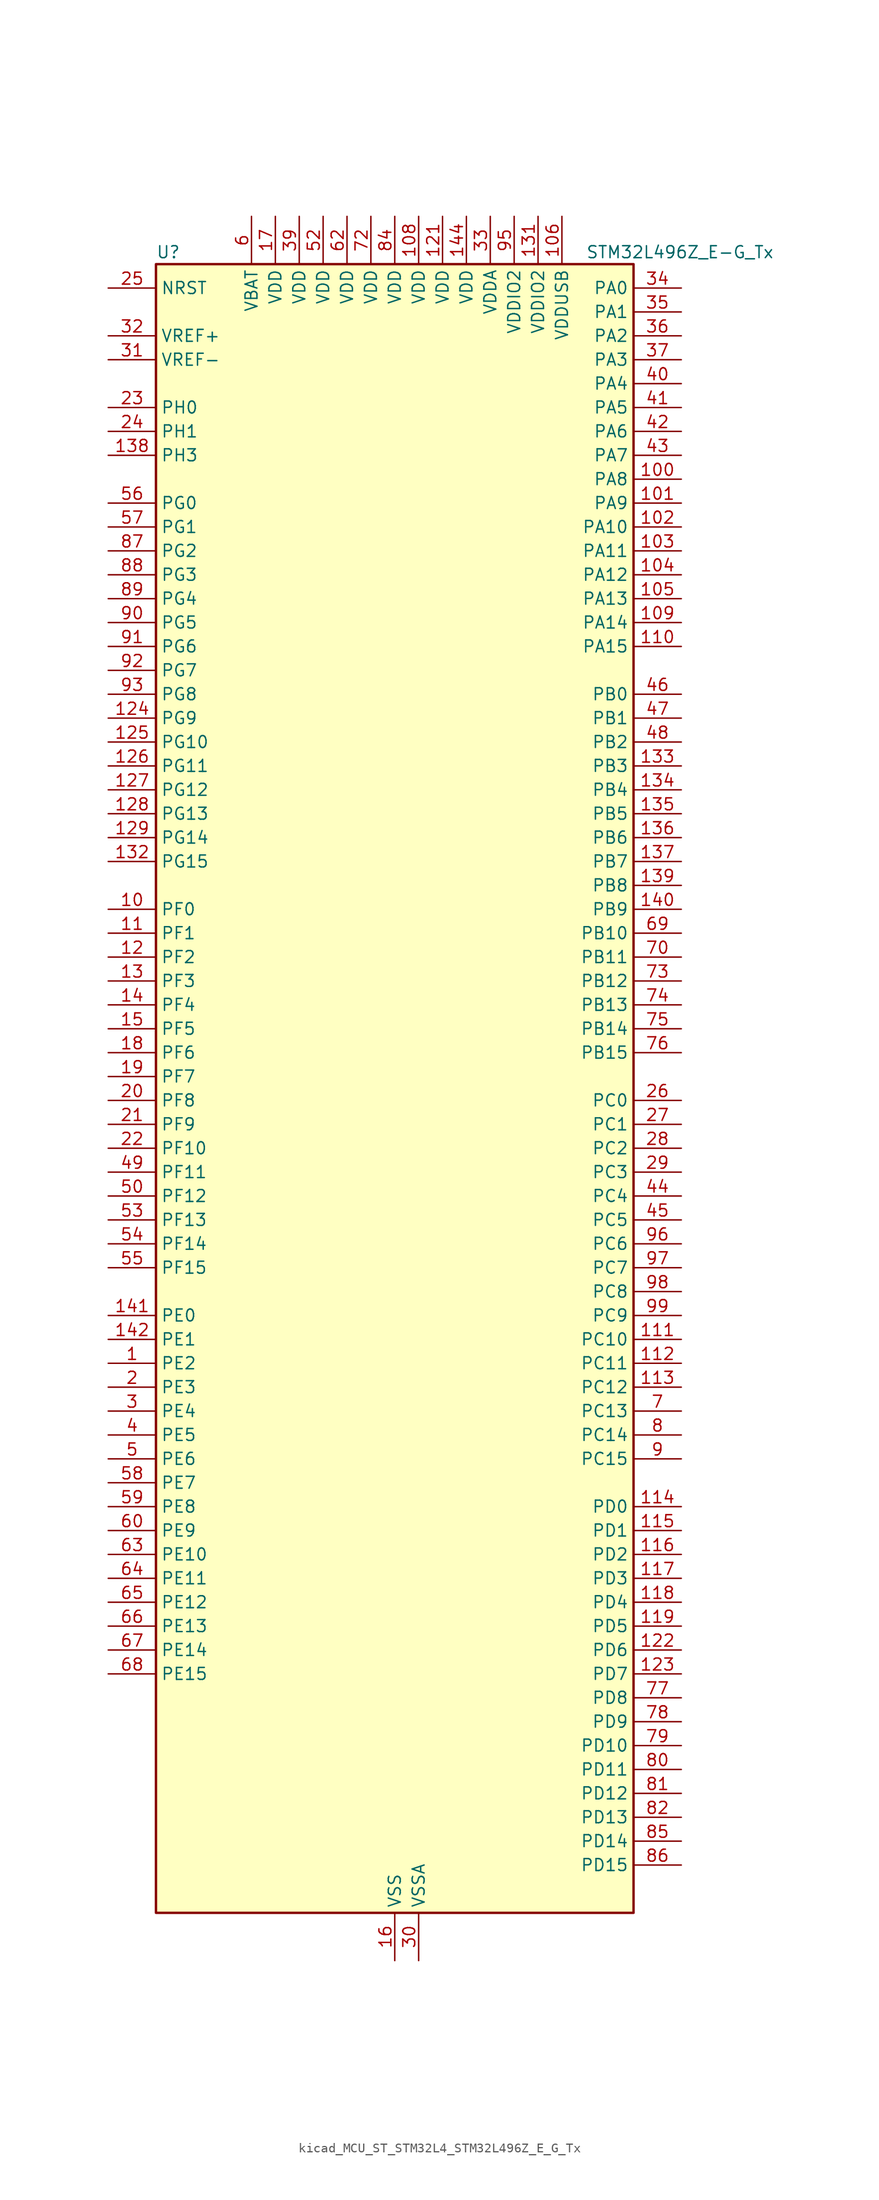
<source format=kicad_sym>
(kicad_symbol_lib
  (version 20220914)
  (generator kicad_symbol_editor)
  (symbol "kicad_MCU_ST_STM32L4_STM32L496Z_E_G_Tx"
    (property "Reference" "U"
      (at -25.4 90.17 0)
      (effects (font (size 1.27 1.27)) (justify left)))
    (property "Value" "STM32L496Z_E-G_Tx"
      (at 20.32 90.17 0)
      (effects (font (size 1.27 1.27)) (justify left)))
    (property "ki_locked" ""
      (at 0 0 0)
      (effects (font (size 1.27 1.27))))
    (symbol "kicad_MCU_ST_STM32L4_STM32L496Z_E_G_Tx_0_1"
      (rectangle (start -25.4 -86.36) (end 25.4 88.9) (stroke (width 0.254) (type default)) (fill (type background))))
    (symbol "kicad_MCU_ST_STM32L4_STM32L496Z_E_G_Tx_1_1"
      (pin bidirectional line (at -30.48 -27.94 0) (length 5.08) (name "PE2" (effects (font (size 1.27 1.27)))) (number "1" (effects (font (size 1.27 1.27)))) (alternate "FMC_A23" bidirectional line) (alternate "LCD_SEG38" bidirectional line) (alternate "SAI1_MCLK_A" bidirectional line) (alternate "SYS_TRACECLK" bidirectional line) (alternate "TIM3_ETR" bidirectional line) (alternate "TSC_G7_IO1" bidirectional line))
      (pin bidirectional line (at -30.48 20.32 0) (length 5.08) (name "PF0" (effects (font (size 1.27 1.27)))) (number "10" (effects (font (size 1.27 1.27)))) (alternate "FMC_A0" bidirectional line) (alternate "I2C2_SDA" bidirectional line))
      (pin bidirectional line (at 30.48 66.04 180) (length 5.08) (name "PA8" (effects (font (size 1.27 1.27)))) (number "100" (effects (font (size 1.27 1.27)))) (alternate "LCD_COM0" bidirectional line) (alternate "LPTIM2_OUT" bidirectional line) (alternate "RCC_MCO" bidirectional line) (alternate "SAI1_SCK_A" bidirectional line) (alternate "SWPMI1_IO" bidirectional line) (alternate "TIM1_CH1" bidirectional line) (alternate "USART1_CK" bidirectional line) (alternate "USB_OTG_FS_SOF" bidirectional line))
      (pin bidirectional line (at 30.48 63.5 180) (length 5.08) (name "PA9" (effects (font (size 1.27 1.27)))) (number "101" (effects (font (size 1.27 1.27)))) (alternate "DAC1_EXTI9" bidirectional line) (alternate "DCMI_D0" bidirectional line) (alternate "LCD_COM1" bidirectional line) (alternate "SAI1_FS_A" bidirectional line) (alternate "SPI2_SCK" bidirectional line) (alternate "TIM15_BKIN" bidirectional line) (alternate "TIM1_CH2" bidirectional line) (alternate "USART1_TX" bidirectional line) (alternate "USB_OTG_FS_VBUS" bidirectional line))
      (pin bidirectional line (at 30.48 60.96 180) (length 5.08) (name "PA10" (effects (font (size 1.27 1.27)))) (number "102" (effects (font (size 1.27 1.27)))) (alternate "DCMI_D1" bidirectional line) (alternate "LCD_COM2" bidirectional line) (alternate "SAI1_SD_A" bidirectional line) (alternate "TIM17_BKIN" bidirectional line) (alternate "TIM1_CH3" bidirectional line) (alternate "USART1_RX" bidirectional line) (alternate "USB_OTG_FS_ID" bidirectional line))
      (pin bidirectional line (at 30.48 58.42 180) (length 5.08) (name "PA11" (effects (font (size 1.27 1.27)))) (number "103" (effects (font (size 1.27 1.27)))) (alternate "ADC1_EXTI11" bidirectional line) (alternate "ADC2_EXTI11" bidirectional line) (alternate "ADC3_EXTI11" bidirectional line) (alternate "CAN1_RX" bidirectional line) (alternate "SPI1_MISO" bidirectional line) (alternate "TIM1_BKIN2" bidirectional line) (alternate "TIM1_BKIN2_COMP1" bidirectional line) (alternate "TIM1_CH4" bidirectional line) (alternate "USART1_CTS" bidirectional line) (alternate "USB_OTG_FS_DM" bidirectional line))
      (pin bidirectional line (at 30.48 55.88 180) (length 5.08) (name "PA12" (effects (font (size 1.27 1.27)))) (number "104" (effects (font (size 1.27 1.27)))) (alternate "CAN1_TX" bidirectional line) (alternate "SPI1_MOSI" bidirectional line) (alternate "TIM1_ETR" bidirectional line) (alternate "USART1_DE" bidirectional line) (alternate "USART1_RTS" bidirectional line) (alternate "USB_OTG_FS_DP" bidirectional line))
      (pin bidirectional line (at 30.48 53.34 180) (length 5.08) (name "PA13" (effects (font (size 1.27 1.27)))) (number "105" (effects (font (size 1.27 1.27)))) (alternate "IR_OUT" bidirectional line) (alternate "SAI1_SD_B" bidirectional line) (alternate "SWPMI1_TX" bidirectional line) (alternate "SYS_JTMS-SWDIO" bidirectional line) (alternate "USB_OTG_FS_NOE" bidirectional line))
      (pin power_in line (at 17.78 93.98 270) (length 5.08) (name "VDDUSB" (effects (font (size 1.27 1.27)))) (number "106" (effects (font (size 1.27 1.27)))))
      (pin passive line (at 0 -91.44 90) (length 5.08) hide (name "VSS" (effects (font (size 1.27 1.27)))) (number "107" (effects (font (size 1.27 1.27)))))
      (pin power_in line (at 2.54 93.98 270) (length 5.08) (name "VDD" (effects (font (size 1.27 1.27)))) (number "108" (effects (font (size 1.27 1.27)))))
      (pin bidirectional line (at 30.48 50.8 180) (length 5.08) (name "PA14" (effects (font (size 1.27 1.27)))) (number "109" (effects (font (size 1.27 1.27)))) (alternate "I2C1_SMBA" bidirectional line) (alternate "I2C4_SMBA" bidirectional line) (alternate "LPTIM1_OUT" bidirectional line) (alternate "SAI1_FS_B" bidirectional line) (alternate "SWPMI1_RX" bidirectional line) (alternate "SYS_JTCK-SWCLK" bidirectional line) (alternate "USB_OTG_FS_SOF" bidirectional line))
      (pin bidirectional line (at -30.48 17.78 0) (length 5.08) (name "PF1" (effects (font (size 1.27 1.27)))) (number "11" (effects (font (size 1.27 1.27)))) (alternate "FMC_A1" bidirectional line) (alternate "I2C2_SCL" bidirectional line))
      (pin bidirectional line (at 30.48 48.26 180) (length 5.08) (name "PA15" (effects (font (size 1.27 1.27)))) (number "110" (effects (font (size 1.27 1.27)))) (alternate "ADC1_EXTI15" bidirectional line) (alternate "ADC2_EXTI15" bidirectional line) (alternate "ADC3_EXTI15" bidirectional line) (alternate "LCD_SEG17" bidirectional line) (alternate "SAI2_FS_B" bidirectional line) (alternate "SPI1_NSS" bidirectional line) (alternate "SPI3_NSS" bidirectional line) (alternate "SWPMI1_SUSPEND" bidirectional line) (alternate "SYS_JTDI" bidirectional line) (alternate "TIM2_CH1" bidirectional line) (alternate "TIM2_ETR" bidirectional line) (alternate "TSC_G3_IO1" bidirectional line) (alternate "UART4_DE" bidirectional line) (alternate "UART4_RTS" bidirectional line) (alternate "USART2_RX" bidirectional line) (alternate "USART3_DE" bidirectional line) (alternate "USART3_RTS" bidirectional line))
      (pin bidirectional line (at 30.48 -25.4 180) (length 5.08) (name "PC10" (effects (font (size 1.27 1.27)))) (number "111" (effects (font (size 1.27 1.27)))) (alternate "DCMI_D8" bidirectional line) (alternate "LCD_COM4" bidirectional line) (alternate "LCD_SEG28" bidirectional line) (alternate "LCD_SEG40" bidirectional line) (alternate "SAI2_SCK_B" bidirectional line) (alternate "SDMMC1_D2" bidirectional line) (alternate "SPI3_SCK" bidirectional line) (alternate "SYS_TRACED1" bidirectional line) (alternate "TSC_G3_IO2" bidirectional line) (alternate "UART4_TX" bidirectional line) (alternate "USART3_TX" bidirectional line))
      (pin bidirectional line (at 30.48 -27.94 180) (length 5.08) (name "PC11" (effects (font (size 1.27 1.27)))) (number "112" (effects (font (size 1.27 1.27)))) (alternate "ADC1_EXTI11" bidirectional line) (alternate "ADC2_EXTI11" bidirectional line) (alternate "ADC3_EXTI11" bidirectional line) (alternate "DCMI_D4" bidirectional line) (alternate "LCD_COM5" bidirectional line) (alternate "LCD_SEG29" bidirectional line) (alternate "LCD_SEG41" bidirectional line) (alternate "QUADSPI_BK2_NCS" bidirectional line) (alternate "SAI2_MCLK_B" bidirectional line) (alternate "SDMMC1_D3" bidirectional line) (alternate "SPI3_MISO" bidirectional line) (alternate "TSC_G3_IO3" bidirectional line) (alternate "UART4_RX" bidirectional line) (alternate "USART3_RX" bidirectional line))
      (pin bidirectional line (at 30.48 -30.48 180) (length 5.08) (name "PC12" (effects (font (size 1.27 1.27)))) (number "113" (effects (font (size 1.27 1.27)))) (alternate "DCMI_D9" bidirectional line) (alternate "LCD_COM6" bidirectional line) (alternate "LCD_SEG30" bidirectional line) (alternate "LCD_SEG42" bidirectional line) (alternate "SAI2_SD_B" bidirectional line) (alternate "SDMMC1_CK" bidirectional line) (alternate "SPI3_MOSI" bidirectional line) (alternate "SYS_TRACED3" bidirectional line) (alternate "TSC_G3_IO4" bidirectional line) (alternate "UART5_TX" bidirectional line) (alternate "USART3_CK" bidirectional line))
      (pin bidirectional line (at 30.48 -43.18 180) (length 5.08) (name "PD0" (effects (font (size 1.27 1.27)))) (number "114" (effects (font (size 1.27 1.27)))) (alternate "CAN1_RX" bidirectional line) (alternate "DFSDM1_DATIN7" bidirectional line) (alternate "FMC_D2" bidirectional line) (alternate "FMC_DA2" bidirectional line) (alternate "SPI2_NSS" bidirectional line))
      (pin bidirectional line (at 30.48 -45.72 180) (length 5.08) (name "PD1" (effects (font (size 1.27 1.27)))) (number "115" (effects (font (size 1.27 1.27)))) (alternate "CAN1_TX" bidirectional line) (alternate "DFSDM1_CKIN7" bidirectional line) (alternate "FMC_D3" bidirectional line) (alternate "FMC_DA3" bidirectional line) (alternate "SPI2_SCK" bidirectional line))
      (pin bidirectional line (at 30.48 -48.26 180) (length 5.08) (name "PD2" (effects (font (size 1.27 1.27)))) (number "116" (effects (font (size 1.27 1.27)))) (alternate "DCMI_D11" bidirectional line) (alternate "LCD_COM7" bidirectional line) (alternate "LCD_SEG31" bidirectional line) (alternate "LCD_SEG43" bidirectional line) (alternate "SDMMC1_CMD" bidirectional line) (alternate "SYS_TRACED2" bidirectional line) (alternate "TIM3_ETR" bidirectional line) (alternate "TSC_SYNC" bidirectional line) (alternate "UART5_RX" bidirectional line) (alternate "USART3_DE" bidirectional line) (alternate "USART3_RTS" bidirectional line))
      (pin bidirectional line (at 30.48 -50.8 180) (length 5.08) (name "PD3" (effects (font (size 1.27 1.27)))) (number "117" (effects (font (size 1.27 1.27)))) (alternate "DCMI_D5" bidirectional line) (alternate "DFSDM1_DATIN0" bidirectional line) (alternate "FMC_CLK" bidirectional line) (alternate "QUADSPI_BK2_NCS" bidirectional line) (alternate "SPI2_MISO" bidirectional line) (alternate "SPI2_SCK" bidirectional line) (alternate "USART2_CTS" bidirectional line))
      (pin bidirectional line (at 30.48 -53.34 180) (length 5.08) (name "PD4" (effects (font (size 1.27 1.27)))) (number "118" (effects (font (size 1.27 1.27)))) (alternate "DFSDM1_CKIN0" bidirectional line) (alternate "FMC_NOE" bidirectional line) (alternate "QUADSPI_BK2_IO0" bidirectional line) (alternate "SPI2_MOSI" bidirectional line) (alternate "USART2_DE" bidirectional line) (alternate "USART2_RTS" bidirectional line))
      (pin bidirectional line (at 30.48 -55.88 180) (length 5.08) (name "PD5" (effects (font (size 1.27 1.27)))) (number "119" (effects (font (size 1.27 1.27)))) (alternate "FMC_NWE" bidirectional line) (alternate "QUADSPI_BK2_IO1" bidirectional line) (alternate "USART2_TX" bidirectional line))
      (pin bidirectional line (at -30.48 15.24 0) (length 5.08) (name "PF2" (effects (font (size 1.27 1.27)))) (number "12" (effects (font (size 1.27 1.27)))) (alternate "FMC_A2" bidirectional line) (alternate "I2C2_SMBA" bidirectional line))
      (pin passive line (at 0 -91.44 90) (length 5.08) hide (name "VSS" (effects (font (size 1.27 1.27)))) (number "120" (effects (font (size 1.27 1.27)))))
      (pin power_in line (at 5.08 93.98 270) (length 5.08) (name "VDD" (effects (font (size 1.27 1.27)))) (number "121" (effects (font (size 1.27 1.27)))))
      (pin bidirectional line (at 30.48 -58.42 180) (length 5.08) (name "PD6" (effects (font (size 1.27 1.27)))) (number "122" (effects (font (size 1.27 1.27)))) (alternate "DCMI_D10" bidirectional line) (alternate "DFSDM1_DATIN1" bidirectional line) (alternate "FMC_NWAIT" bidirectional line) (alternate "QUADSPI_BK2_IO1" bidirectional line) (alternate "QUADSPI_BK2_IO2" bidirectional line) (alternate "SAI1_SD_A" bidirectional line) (alternate "USART2_RX" bidirectional line))
      (pin bidirectional line (at 30.48 -60.96 180) (length 5.08) (name "PD7" (effects (font (size 1.27 1.27)))) (number "123" (effects (font (size 1.27 1.27)))) (alternate "DFSDM1_CKIN1" bidirectional line) (alternate "FMC_NE1" bidirectional line) (alternate "QUADSPI_BK2_IO3" bidirectional line) (alternate "USART2_CK" bidirectional line))
      (pin bidirectional line (at -30.48 40.64 0) (length 5.08) (name "PG9" (effects (font (size 1.27 1.27)))) (number "124" (effects (font (size 1.27 1.27)))) (alternate "DAC1_EXTI9" bidirectional line) (alternate "FMC_NCE" bidirectional line) (alternate "FMC_NE2" bidirectional line) (alternate "SAI2_SCK_A" bidirectional line) (alternate "SPI3_SCK" bidirectional line) (alternate "TIM15_CH1N" bidirectional line) (alternate "USART1_TX" bidirectional line))
      (pin bidirectional line (at -30.48 38.1 0) (length 5.08) (name "PG10" (effects (font (size 1.27 1.27)))) (number "125" (effects (font (size 1.27 1.27)))) (alternate "FMC_NE3" bidirectional line) (alternate "LPTIM1_IN1" bidirectional line) (alternate "SAI2_FS_A" bidirectional line) (alternate "SPI3_MISO" bidirectional line) (alternate "TIM15_CH1" bidirectional line) (alternate "USART1_RX" bidirectional line))
      (pin bidirectional line (at -30.48 35.56 0) (length 5.08) (name "PG11" (effects (font (size 1.27 1.27)))) (number "126" (effects (font (size 1.27 1.27)))) (alternate "ADC1_EXTI11" bidirectional line) (alternate "ADC2_EXTI11" bidirectional line) (alternate "ADC3_EXTI11" bidirectional line) (alternate "LPTIM1_IN2" bidirectional line) (alternate "SAI2_MCLK_A" bidirectional line) (alternate "SPI3_MOSI" bidirectional line) (alternate "TIM15_CH2" bidirectional line) (alternate "USART1_CTS" bidirectional line))
      (pin bidirectional line (at -30.48 33.02 0) (length 5.08) (name "PG12" (effects (font (size 1.27 1.27)))) (number "127" (effects (font (size 1.27 1.27)))) (alternate "FMC_NE4" bidirectional line) (alternate "LPTIM1_ETR" bidirectional line) (alternate "SAI2_SD_A" bidirectional line) (alternate "SPI3_NSS" bidirectional line) (alternate "USART1_DE" bidirectional line) (alternate "USART1_RTS" bidirectional line))
      (pin bidirectional line (at -30.48 30.48 0) (length 5.08) (name "PG13" (effects (font (size 1.27 1.27)))) (number "128" (effects (font (size 1.27 1.27)))) (alternate "FMC_A24" bidirectional line) (alternate "I2C1_SDA" bidirectional line) (alternate "USART1_CK" bidirectional line))
      (pin bidirectional line (at -30.48 27.94 0) (length 5.08) (name "PG14" (effects (font (size 1.27 1.27)))) (number "129" (effects (font (size 1.27 1.27)))) (alternate "FMC_A25" bidirectional line) (alternate "I2C1_SCL" bidirectional line))
      (pin bidirectional line (at -30.48 12.7 0) (length 5.08) (name "PF3" (effects (font (size 1.27 1.27)))) (number "13" (effects (font (size 1.27 1.27)))) (alternate "ADC3_IN6" bidirectional line) (alternate "FMC_A3" bidirectional line))
      (pin passive line (at 0 -91.44 90) (length 5.08) hide (name "VSS" (effects (font (size 1.27 1.27)))) (number "130" (effects (font (size 1.27 1.27)))))
      (pin power_in line (at 15.24 93.98 270) (length 5.08) (name "VDDIO2" (effects (font (size 1.27 1.27)))) (number "131" (effects (font (size 1.27 1.27)))))
      (pin bidirectional line (at -30.48 25.4 0) (length 5.08) (name "PG15" (effects (font (size 1.27 1.27)))) (number "132" (effects (font (size 1.27 1.27)))) (alternate "ADC1_EXTI15" bidirectional line) (alternate "ADC2_EXTI15" bidirectional line) (alternate "ADC3_EXTI15" bidirectional line) (alternate "DCMI_D13" bidirectional line) (alternate "I2C1_SMBA" bidirectional line) (alternate "LPTIM1_OUT" bidirectional line))
      (pin bidirectional line (at 30.48 35.56 180) (length 5.08) (name "PB3" (effects (font (size 1.27 1.27)))) (number "133" (effects (font (size 1.27 1.27)))) (alternate "COMP2_INM" bidirectional line) (alternate "CRS_SYNC" bidirectional line) (alternate "LCD_SEG7" bidirectional line) (alternate "SAI1_SCK_B" bidirectional line) (alternate "SPI1_SCK" bidirectional line) (alternate "SPI3_SCK" bidirectional line) (alternate "SYS_JTDO-SWO" bidirectional line) (alternate "TIM2_CH2" bidirectional line) (alternate "USART1_DE" bidirectional line) (alternate "USART1_RTS" bidirectional line))
      (pin bidirectional line (at 30.48 33.02 180) (length 5.08) (name "PB4" (effects (font (size 1.27 1.27)))) (number "134" (effects (font (size 1.27 1.27)))) (alternate "COMP2_INP" bidirectional line) (alternate "DCMI_D12" bidirectional line) (alternate "I2C3_SDA" bidirectional line) (alternate "LCD_SEG8" bidirectional line) (alternate "SAI1_MCLK_B" bidirectional line) (alternate "SPI1_MISO" bidirectional line) (alternate "SPI3_MISO" bidirectional line) (alternate "SYS_JTRST" bidirectional line) (alternate "TIM17_BKIN" bidirectional line) (alternate "TIM3_CH1" bidirectional line) (alternate "TSC_G2_IO1" bidirectional line) (alternate "UART5_DE" bidirectional line) (alternate "UART5_RTS" bidirectional line) (alternate "USART1_CTS" bidirectional line))
      (pin bidirectional line (at 30.48 30.48 180) (length 5.08) (name "PB5" (effects (font (size 1.27 1.27)))) (number "135" (effects (font (size 1.27 1.27)))) (alternate "CAN2_RX" bidirectional line) (alternate "COMP2_OUT" bidirectional line) (alternate "DCMI_D10" bidirectional line) (alternate "I2C1_SMBA" bidirectional line) (alternate "LCD_SEG9" bidirectional line) (alternate "LPTIM1_IN1" bidirectional line) (alternate "SAI1_SD_B" bidirectional line) (alternate "SPI1_MOSI" bidirectional line) (alternate "SPI3_MOSI" bidirectional line) (alternate "TIM16_BKIN" bidirectional line) (alternate "TIM3_CH2" bidirectional line) (alternate "TSC_G2_IO2" bidirectional line) (alternate "UART5_CTS" bidirectional line) (alternate "USART1_CK" bidirectional line))
      (pin bidirectional line (at 30.48 27.94 180) (length 5.08) (name "PB6" (effects (font (size 1.27 1.27)))) (number "136" (effects (font (size 1.27 1.27)))) (alternate "CAN2_TX" bidirectional line) (alternate "COMP2_INP" bidirectional line) (alternate "DCMI_D5" bidirectional line) (alternate "DFSDM1_DATIN5" bidirectional line) (alternate "I2C1_SCL" bidirectional line) (alternate "I2C4_SCL" bidirectional line) (alternate "LPTIM1_ETR" bidirectional line) (alternate "SAI1_FS_B" bidirectional line) (alternate "TIM16_CH1N" bidirectional line) (alternate "TIM4_CH1" bidirectional line) (alternate "TIM8_BKIN2" bidirectional line) (alternate "TIM8_BKIN2_COMP2" bidirectional line) (alternate "TSC_G2_IO3" bidirectional line) (alternate "USART1_TX" bidirectional line))
      (pin bidirectional line (at 30.48 25.4 180) (length 5.08) (name "PB7" (effects (font (size 1.27 1.27)))) (number "137" (effects (font (size 1.27 1.27)))) (alternate "COMP2_INM" bidirectional line) (alternate "DCMI_VSYNC" bidirectional line) (alternate "DFSDM1_CKIN5" bidirectional line) (alternate "FMC_NL" bidirectional line) (alternate "I2C1_SDA" bidirectional line) (alternate "I2C4_SDA" bidirectional line) (alternate "LCD_SEG21" bidirectional line) (alternate "LPTIM1_IN2" bidirectional line) (alternate "SYS_PVD_IN" bidirectional line) (alternate "TIM17_CH1N" bidirectional line) (alternate "TIM4_CH2" bidirectional line) (alternate "TIM8_BKIN" bidirectional line) (alternate "TIM8_BKIN_COMP1" bidirectional line) (alternate "TSC_G2_IO4" bidirectional line) (alternate "UART4_CTS" bidirectional line) (alternate "USART1_RX" bidirectional line))
      (pin bidirectional line (at -30.48 68.58 0) (length 5.08) (name "PH3" (effects (font (size 1.27 1.27)))) (number "138" (effects (font (size 1.27 1.27)))))
      (pin bidirectional line (at 30.48 22.86 180) (length 5.08) (name "PB8" (effects (font (size 1.27 1.27)))) (number "139" (effects (font (size 1.27 1.27)))) (alternate "CAN1_RX" bidirectional line) (alternate "DCMI_D6" bidirectional line) (alternate "DFSDM1_DATIN6" bidirectional line) (alternate "I2C1_SCL" bidirectional line) (alternate "LCD_SEG16" bidirectional line) (alternate "SAI1_MCLK_A" bidirectional line) (alternate "SDMMC1_D4" bidirectional line) (alternate "TIM16_CH1" bidirectional line) (alternate "TIM4_CH3" bidirectional line))
      (pin bidirectional line (at -30.48 10.16 0) (length 5.08) (name "PF4" (effects (font (size 1.27 1.27)))) (number "14" (effects (font (size 1.27 1.27)))) (alternate "ADC3_IN7" bidirectional line) (alternate "FMC_A4" bidirectional line))
      (pin bidirectional line (at 30.48 20.32 180) (length 5.08) (name "PB9" (effects (font (size 1.27 1.27)))) (number "140" (effects (font (size 1.27 1.27)))) (alternate "CAN1_TX" bidirectional line) (alternate "DAC1_EXTI9" bidirectional line) (alternate "DCMI_D7" bidirectional line) (alternate "DFSDM1_CKIN6" bidirectional line) (alternate "I2C1_SDA" bidirectional line) (alternate "IR_OUT" bidirectional line) (alternate "LCD_COM3" bidirectional line) (alternate "SAI1_FS_A" bidirectional line) (alternate "SDMMC1_D5" bidirectional line) (alternate "SPI2_NSS" bidirectional line) (alternate "TIM17_CH1" bidirectional line) (alternate "TIM4_CH4" bidirectional line))
      (pin bidirectional line (at -30.48 -22.86 0) (length 5.08) (name "PE0" (effects (font (size 1.27 1.27)))) (number "141" (effects (font (size 1.27 1.27)))) (alternate "DCMI_D2" bidirectional line) (alternate "FMC_NBL0" bidirectional line) (alternate "LCD_SEG36" bidirectional line) (alternate "TIM16_CH1" bidirectional line) (alternate "TIM4_ETR" bidirectional line))
      (pin bidirectional line (at -30.48 -25.4 0) (length 5.08) (name "PE1" (effects (font (size 1.27 1.27)))) (number "142" (effects (font (size 1.27 1.27)))) (alternate "DCMI_D3" bidirectional line) (alternate "FMC_NBL1" bidirectional line) (alternate "LCD_SEG37" bidirectional line) (alternate "TIM17_CH1" bidirectional line))
      (pin passive line (at 0 -91.44 90) (length 5.08) hide (name "VSS" (effects (font (size 1.27 1.27)))) (number "143" (effects (font (size 1.27 1.27)))))
      (pin power_in line (at 7.62 93.98 270) (length 5.08) (name "VDD" (effects (font (size 1.27 1.27)))) (number "144" (effects (font (size 1.27 1.27)))))
      (pin bidirectional line (at -30.48 7.62 0) (length 5.08) (name "PF5" (effects (font (size 1.27 1.27)))) (number "15" (effects (font (size 1.27 1.27)))) (alternate "ADC3_IN8" bidirectional line) (alternate "FMC_A5" bidirectional line))
      (pin power_in line (at 0 -91.44 90) (length 5.08) (name "VSS" (effects (font (size 1.27 1.27)))) (number "16" (effects (font (size 1.27 1.27)))))
      (pin power_in line (at -12.7 93.98 270) (length 5.08) (name "VDD" (effects (font (size 1.27 1.27)))) (number "17" (effects (font (size 1.27 1.27)))))
      (pin bidirectional line (at -30.48 5.08 0) (length 5.08) (name "PF6" (effects (font (size 1.27 1.27)))) (number "18" (effects (font (size 1.27 1.27)))) (alternate "ADC3_IN9" bidirectional line) (alternate "QUADSPI_BK1_IO3" bidirectional line) (alternate "SAI1_SD_B" bidirectional line) (alternate "TIM5_CH1" bidirectional line) (alternate "TIM5_ETR" bidirectional line))
      (pin bidirectional line (at -30.48 2.54 0) (length 5.08) (name "PF7" (effects (font (size 1.27 1.27)))) (number "19" (effects (font (size 1.27 1.27)))) (alternate "ADC3_IN10" bidirectional line) (alternate "QUADSPI_BK1_IO2" bidirectional line) (alternate "SAI1_MCLK_B" bidirectional line) (alternate "TIM5_CH2" bidirectional line))
      (pin bidirectional line (at -30.48 -30.48 0) (length 5.08) (name "PE3" (effects (font (size 1.27 1.27)))) (number "2" (effects (font (size 1.27 1.27)))) (alternate "FMC_A19" bidirectional line) (alternate "LCD_SEG39" bidirectional line) (alternate "SAI1_SD_B" bidirectional line) (alternate "SYS_TRACED0" bidirectional line) (alternate "TIM3_CH1" bidirectional line) (alternate "TSC_G7_IO2" bidirectional line))
      (pin bidirectional line (at -30.48 0 0) (length 5.08) (name "PF8" (effects (font (size 1.27 1.27)))) (number "20" (effects (font (size 1.27 1.27)))) (alternate "ADC3_IN11" bidirectional line) (alternate "QUADSPI_BK1_IO0" bidirectional line) (alternate "SAI1_SCK_B" bidirectional line) (alternate "TIM5_CH3" bidirectional line))
      (pin bidirectional line (at -30.48 -2.54 0) (length 5.08) (name "PF9" (effects (font (size 1.27 1.27)))) (number "21" (effects (font (size 1.27 1.27)))) (alternate "ADC3_IN12" bidirectional line) (alternate "DAC1_EXTI9" bidirectional line) (alternate "QUADSPI_BK1_IO1" bidirectional line) (alternate "SAI1_FS_B" bidirectional line) (alternate "TIM15_CH1" bidirectional line) (alternate "TIM5_CH4" bidirectional line))
      (pin bidirectional line (at -30.48 -5.08 0) (length 5.08) (name "PF10" (effects (font (size 1.27 1.27)))) (number "22" (effects (font (size 1.27 1.27)))) (alternate "ADC3_IN13" bidirectional line) (alternate "DCMI_D11" bidirectional line) (alternate "QUADSPI_CLK" bidirectional line) (alternate "TIM15_CH2" bidirectional line))
      (pin bidirectional line (at -30.48 73.66 0) (length 5.08) (name "PH0" (effects (font (size 1.27 1.27)))) (number "23" (effects (font (size 1.27 1.27)))) (alternate "RCC_OSC_IN" bidirectional line))
      (pin bidirectional line (at -30.48 71.12 0) (length 5.08) (name "PH1" (effects (font (size 1.27 1.27)))) (number "24" (effects (font (size 1.27 1.27)))) (alternate "RCC_OSC_OUT" bidirectional line))
      (pin input line (at -30.48 86.36 0) (length 5.08) (name "NRST" (effects (font (size 1.27 1.27)))) (number "25" (effects (font (size 1.27 1.27)))))
      (pin bidirectional line (at 30.48 0 180) (length 5.08) (name "PC0" (effects (font (size 1.27 1.27)))) (number "26" (effects (font (size 1.27 1.27)))) (alternate "ADC1_IN1" bidirectional line) (alternate "ADC2_IN1" bidirectional line) (alternate "ADC3_IN1" bidirectional line) (alternate "DFSDM1_DATIN4" bidirectional line) (alternate "I2C3_SCL" bidirectional line) (alternate "I2C4_SCL" bidirectional line) (alternate "LCD_SEG18" bidirectional line) (alternate "LPTIM1_IN1" bidirectional line) (alternate "LPTIM2_IN1" bidirectional line) (alternate "LPUART1_RX" bidirectional line))
      (pin bidirectional line (at 30.48 -2.54 180) (length 5.08) (name "PC1" (effects (font (size 1.27 1.27)))) (number "27" (effects (font (size 1.27 1.27)))) (alternate "ADC1_IN2" bidirectional line) (alternate "ADC2_IN2" bidirectional line) (alternate "ADC3_IN2" bidirectional line) (alternate "DFSDM1_CKIN4" bidirectional line) (alternate "I2C3_SDA" bidirectional line) (alternate "I2C4_SDA" bidirectional line) (alternate "LCD_SEG19" bidirectional line) (alternate "LPTIM1_OUT" bidirectional line) (alternate "LPUART1_TX" bidirectional line) (alternate "QUADSPI_BK2_IO0" bidirectional line) (alternate "SAI1_SD_A" bidirectional line) (alternate "SPI2_MOSI" bidirectional line) (alternate "SYS_TRACED0" bidirectional line))
      (pin bidirectional line (at 30.48 -5.08 180) (length 5.08) (name "PC2" (effects (font (size 1.27 1.27)))) (number "28" (effects (font (size 1.27 1.27)))) (alternate "ADC1_IN3" bidirectional line) (alternate "ADC2_IN3" bidirectional line) (alternate "ADC3_IN3" bidirectional line) (alternate "DFSDM1_CKOUT" bidirectional line) (alternate "LCD_SEG20" bidirectional line) (alternate "LPTIM1_IN2" bidirectional line) (alternate "QUADSPI_BK2_IO1" bidirectional line) (alternate "SPI2_MISO" bidirectional line))
      (pin bidirectional line (at 30.48 -7.62 180) (length 5.08) (name "PC3" (effects (font (size 1.27 1.27)))) (number "29" (effects (font (size 1.27 1.27)))) (alternate "ADC1_IN4" bidirectional line) (alternate "ADC2_IN4" bidirectional line) (alternate "ADC3_IN4" bidirectional line) (alternate "LCD_VLCD" bidirectional line) (alternate "LPTIM1_ETR" bidirectional line) (alternate "LPTIM2_ETR" bidirectional line) (alternate "QUADSPI_BK2_IO2" bidirectional line) (alternate "SAI1_SD_A" bidirectional line) (alternate "SPI2_MOSI" bidirectional line))
      (pin bidirectional line (at -30.48 -33.02 0) (length 5.08) (name "PE4" (effects (font (size 1.27 1.27)))) (number "3" (effects (font (size 1.27 1.27)))) (alternate "DCMI_D4" bidirectional line) (alternate "DFSDM1_DATIN3" bidirectional line) (alternate "FMC_A20" bidirectional line) (alternate "SAI1_FS_A" bidirectional line) (alternate "SYS_TRACED1" bidirectional line) (alternate "TIM3_CH2" bidirectional line) (alternate "TSC_G7_IO3" bidirectional line))
      (pin power_in line (at 2.54 -91.44 90) (length 5.08) (name "VSSA" (effects (font (size 1.27 1.27)))) (number "30" (effects (font (size 1.27 1.27)))))
      (pin input line (at -30.48 78.74 0) (length 5.08) (name "VREF-" (effects (font (size 1.27 1.27)))) (number "31" (effects (font (size 1.27 1.27)))))
      (pin input line (at -30.48 81.28 0) (length 5.08) (name "VREF+" (effects (font (size 1.27 1.27)))) (number "32" (effects (font (size 1.27 1.27)))) (alternate "VREFBUF_OUT" bidirectional line))
      (pin power_in line (at 10.16 93.98 270) (length 5.08) (name "VDDA" (effects (font (size 1.27 1.27)))) (number "33" (effects (font (size 1.27 1.27)))))
      (pin bidirectional line (at 30.48 86.36 180) (length 5.08) (name "PA0" (effects (font (size 1.27 1.27)))) (number "34" (effects (font (size 1.27 1.27)))) (alternate "ADC1_IN5" bidirectional line) (alternate "ADC2_IN5" bidirectional line) (alternate "OPAMP1_VINP" bidirectional line) (alternate "RTC_TAMP2" bidirectional line) (alternate "SAI1_EXTCLK" bidirectional line) (alternate "SYS_WKUP1" bidirectional line) (alternate "TIM2_CH1" bidirectional line) (alternate "TIM2_ETR" bidirectional line) (alternate "TIM5_CH1" bidirectional line) (alternate "TIM8_ETR" bidirectional line) (alternate "UART4_TX" bidirectional line) (alternate "USART2_CTS" bidirectional line))
      (pin bidirectional line (at 30.48 83.82 180) (length 5.08) (name "PA1" (effects (font (size 1.27 1.27)))) (number "35" (effects (font (size 1.27 1.27)))) (alternate "ADC1_IN6" bidirectional line) (alternate "ADC2_IN6" bidirectional line) (alternate "I2C1_SMBA" bidirectional line) (alternate "LCD_SEG0" bidirectional line) (alternate "OPAMP1_VINM" bidirectional line) (alternate "SPI1_SCK" bidirectional line) (alternate "TIM15_CH1N" bidirectional line) (alternate "TIM2_CH2" bidirectional line) (alternate "TIM5_CH2" bidirectional line) (alternate "UART4_RX" bidirectional line) (alternate "USART2_DE" bidirectional line) (alternate "USART2_RTS" bidirectional line))
      (pin bidirectional line (at 30.48 81.28 180) (length 5.08) (name "PA2" (effects (font (size 1.27 1.27)))) (number "36" (effects (font (size 1.27 1.27)))) (alternate "ADC1_IN7" bidirectional line) (alternate "ADC2_IN7" bidirectional line) (alternate "LCD_SEG1" bidirectional line) (alternate "LPUART1_TX" bidirectional line) (alternate "QUADSPI_BK1_NCS" bidirectional line) (alternate "RCC_LSCO" bidirectional line) (alternate "SAI2_EXTCLK" bidirectional line) (alternate "SYS_WKUP4" bidirectional line) (alternate "TIM15_CH1" bidirectional line) (alternate "TIM2_CH3" bidirectional line) (alternate "TIM5_CH3" bidirectional line) (alternate "USART2_TX" bidirectional line))
      (pin bidirectional line (at 30.48 78.74 180) (length 5.08) (name "PA3" (effects (font (size 1.27 1.27)))) (number "37" (effects (font (size 1.27 1.27)))) (alternate "ADC1_IN8" bidirectional line) (alternate "ADC2_IN8" bidirectional line) (alternate "LCD_SEG2" bidirectional line) (alternate "LPUART1_RX" bidirectional line) (alternate "OPAMP1_VOUT" bidirectional line) (alternate "QUADSPI_CLK" bidirectional line) (alternate "SAI1_MCLK_A" bidirectional line) (alternate "TIM15_CH2" bidirectional line) (alternate "TIM2_CH4" bidirectional line) (alternate "TIM5_CH4" bidirectional line) (alternate "USART2_RX" bidirectional line))
      (pin passive line (at 0 -91.44 90) (length 5.08) hide (name "VSS" (effects (font (size 1.27 1.27)))) (number "38" (effects (font (size 1.27 1.27)))))
      (pin power_in line (at -10.16 93.98 270) (length 5.08) (name "VDD" (effects (font (size 1.27 1.27)))) (number "39" (effects (font (size 1.27 1.27)))))
      (pin bidirectional line (at -30.48 -35.56 0) (length 5.08) (name "PE5" (effects (font (size 1.27 1.27)))) (number "4" (effects (font (size 1.27 1.27)))) (alternate "DCMI_D6" bidirectional line) (alternate "DFSDM1_CKIN3" bidirectional line) (alternate "FMC_A21" bidirectional line) (alternate "SAI1_SCK_A" bidirectional line) (alternate "SYS_TRACED2" bidirectional line) (alternate "TIM3_CH3" bidirectional line) (alternate "TSC_G7_IO4" bidirectional line))
      (pin bidirectional line (at 30.48 76.2 180) (length 5.08) (name "PA4" (effects (font (size 1.27 1.27)))) (number "40" (effects (font (size 1.27 1.27)))) (alternate "ADC1_IN9" bidirectional line) (alternate "ADC2_IN9" bidirectional line) (alternate "DAC1_OUT1" bidirectional line) (alternate "DCMI_HSYNC" bidirectional line) (alternate "LPTIM2_OUT" bidirectional line) (alternate "SAI1_FS_B" bidirectional line) (alternate "SPI1_NSS" bidirectional line) (alternate "SPI3_NSS" bidirectional line) (alternate "USART2_CK" bidirectional line))
      (pin bidirectional line (at 30.48 73.66 180) (length 5.08) (name "PA5" (effects (font (size 1.27 1.27)))) (number "41" (effects (font (size 1.27 1.27)))) (alternate "ADC1_IN10" bidirectional line) (alternate "ADC2_IN10" bidirectional line) (alternate "DAC1_OUT2" bidirectional line) (alternate "LPTIM2_ETR" bidirectional line) (alternate "SPI1_SCK" bidirectional line) (alternate "TIM2_CH1" bidirectional line) (alternate "TIM2_ETR" bidirectional line) (alternate "TIM8_CH1N" bidirectional line))
      (pin bidirectional line (at 30.48 71.12 180) (length 5.08) (name "PA6" (effects (font (size 1.27 1.27)))) (number "42" (effects (font (size 1.27 1.27)))) (alternate "ADC1_IN11" bidirectional line) (alternate "ADC2_IN11" bidirectional line) (alternate "DCMI_PIXCLK" bidirectional line) (alternate "LCD_SEG3" bidirectional line) (alternate "LPUART1_CTS" bidirectional line) (alternate "OPAMP2_VINP" bidirectional line) (alternate "QUADSPI_BK1_IO3" bidirectional line) (alternate "SPI1_MISO" bidirectional line) (alternate "TIM16_CH1" bidirectional line) (alternate "TIM1_BKIN" bidirectional line) (alternate "TIM1_BKIN_COMP2" bidirectional line) (alternate "TIM3_CH1" bidirectional line) (alternate "TIM8_BKIN" bidirectional line) (alternate "TIM8_BKIN_COMP2" bidirectional line) (alternate "USART3_CTS" bidirectional line))
      (pin bidirectional line (at 30.48 68.58 180) (length 5.08) (name "PA7" (effects (font (size 1.27 1.27)))) (number "43" (effects (font (size 1.27 1.27)))) (alternate "ADC1_IN12" bidirectional line) (alternate "ADC2_IN12" bidirectional line) (alternate "I2C3_SCL" bidirectional line) (alternate "LCD_SEG4" bidirectional line) (alternate "OPAMP2_VINM" bidirectional line) (alternate "QUADSPI_BK1_IO2" bidirectional line) (alternate "SPI1_MOSI" bidirectional line) (alternate "TIM17_CH1" bidirectional line) (alternate "TIM1_CH1N" bidirectional line) (alternate "TIM3_CH2" bidirectional line) (alternate "TIM8_CH1N" bidirectional line))
      (pin bidirectional line (at 30.48 -10.16 180) (length 5.08) (name "PC4" (effects (font (size 1.27 1.27)))) (number "44" (effects (font (size 1.27 1.27)))) (alternate "ADC1_IN13" bidirectional line) (alternate "ADC2_IN13" bidirectional line) (alternate "COMP1_INM" bidirectional line) (alternate "LCD_SEG22" bidirectional line) (alternate "QUADSPI_BK2_IO3" bidirectional line) (alternate "USART3_TX" bidirectional line))
      (pin bidirectional line (at 30.48 -12.7 180) (length 5.08) (name "PC5" (effects (font (size 1.27 1.27)))) (number "45" (effects (font (size 1.27 1.27)))) (alternate "ADC1_IN14" bidirectional line) (alternate "ADC2_IN14" bidirectional line) (alternate "COMP1_INP" bidirectional line) (alternate "LCD_SEG23" bidirectional line) (alternate "SYS_WKUP5" bidirectional line) (alternate "USART3_RX" bidirectional line))
      (pin bidirectional line (at 30.48 43.18 180) (length 5.08) (name "PB0" (effects (font (size 1.27 1.27)))) (number "46" (effects (font (size 1.27 1.27)))) (alternate "ADC1_IN15" bidirectional line) (alternate "ADC2_IN15" bidirectional line) (alternate "COMP1_OUT" bidirectional line) (alternate "LCD_SEG5" bidirectional line) (alternate "OPAMP2_VOUT" bidirectional line) (alternate "QUADSPI_BK1_IO1" bidirectional line) (alternate "SAI1_EXTCLK" bidirectional line) (alternate "SPI1_NSS" bidirectional line) (alternate "TIM1_CH2N" bidirectional line) (alternate "TIM3_CH3" bidirectional line) (alternate "TIM8_CH2N" bidirectional line) (alternate "USART3_CK" bidirectional line))
      (pin bidirectional line (at 30.48 40.64 180) (length 5.08) (name "PB1" (effects (font (size 1.27 1.27)))) (number "47" (effects (font (size 1.27 1.27)))) (alternate "ADC1_IN16" bidirectional line) (alternate "ADC2_IN16" bidirectional line) (alternate "COMP1_INM" bidirectional line) (alternate "DFSDM1_DATIN0" bidirectional line) (alternate "LCD_SEG6" bidirectional line) (alternate "LPTIM2_IN1" bidirectional line) (alternate "LPUART1_DE" bidirectional line) (alternate "LPUART1_RTS" bidirectional line) (alternate "QUADSPI_BK1_IO0" bidirectional line) (alternate "TIM1_CH3N" bidirectional line) (alternate "TIM3_CH4" bidirectional line) (alternate "TIM8_CH3N" bidirectional line) (alternate "USART3_DE" bidirectional line) (alternate "USART3_RTS" bidirectional line))
      (pin bidirectional line (at 30.48 38.1 180) (length 5.08) (name "PB2" (effects (font (size 1.27 1.27)))) (number "48" (effects (font (size 1.27 1.27)))) (alternate "COMP1_INP" bidirectional line) (alternate "DFSDM1_CKIN0" bidirectional line) (alternate "I2C3_SMBA" bidirectional line) (alternate "LCD_VLCD" bidirectional line) (alternate "LPTIM1_OUT" bidirectional line) (alternate "RTC_OUT_ALARM" bidirectional line) (alternate "RTC_OUT_CALIB" bidirectional line))
      (pin bidirectional line (at -30.48 -7.62 0) (length 5.08) (name "PF11" (effects (font (size 1.27 1.27)))) (number "49" (effects (font (size 1.27 1.27)))) (alternate "ADC1_EXTI11" bidirectional line) (alternate "ADC2_EXTI11" bidirectional line) (alternate "ADC3_EXTI11" bidirectional line) (alternate "DCMI_D12" bidirectional line))
      (pin bidirectional line (at -30.48 -38.1 0) (length 5.08) (name "PE6" (effects (font (size 1.27 1.27)))) (number "5" (effects (font (size 1.27 1.27)))) (alternate "DCMI_D7" bidirectional line) (alternate "FMC_A22" bidirectional line) (alternate "RTC_TAMP3" bidirectional line) (alternate "SAI1_SD_A" bidirectional line) (alternate "SYS_TRACED3" bidirectional line) (alternate "SYS_WKUP3" bidirectional line) (alternate "TIM3_CH4" bidirectional line))
      (pin bidirectional line (at -30.48 -10.16 0) (length 5.08) (name "PF12" (effects (font (size 1.27 1.27)))) (number "50" (effects (font (size 1.27 1.27)))) (alternate "FMC_A6" bidirectional line))
      (pin passive line (at 0 -91.44 90) (length 5.08) hide (name "VSS" (effects (font (size 1.27 1.27)))) (number "51" (effects (font (size 1.27 1.27)))))
      (pin power_in line (at -7.62 93.98 270) (length 5.08) (name "VDD" (effects (font (size 1.27 1.27)))) (number "52" (effects (font (size 1.27 1.27)))))
      (pin bidirectional line (at -30.48 -12.7 0) (length 5.08) (name "PF13" (effects (font (size 1.27 1.27)))) (number "53" (effects (font (size 1.27 1.27)))) (alternate "DFSDM1_DATIN6" bidirectional line) (alternate "FMC_A7" bidirectional line) (alternate "I2C4_SMBA" bidirectional line))
      (pin bidirectional line (at -30.48 -15.24 0) (length 5.08) (name "PF14" (effects (font (size 1.27 1.27)))) (number "54" (effects (font (size 1.27 1.27)))) (alternate "DFSDM1_CKIN6" bidirectional line) (alternate "FMC_A8" bidirectional line) (alternate "I2C4_SCL" bidirectional line) (alternate "TSC_G8_IO1" bidirectional line))
      (pin bidirectional line (at -30.48 -17.78 0) (length 5.08) (name "PF15" (effects (font (size 1.27 1.27)))) (number "55" (effects (font (size 1.27 1.27)))) (alternate "ADC1_EXTI15" bidirectional line) (alternate "ADC2_EXTI15" bidirectional line) (alternate "ADC3_EXTI15" bidirectional line) (alternate "FMC_A9" bidirectional line) (alternate "I2C4_SDA" bidirectional line) (alternate "TSC_G8_IO2" bidirectional line))
      (pin bidirectional line (at -30.48 63.5 0) (length 5.08) (name "PG0" (effects (font (size 1.27 1.27)))) (number "56" (effects (font (size 1.27 1.27)))) (alternate "FMC_A10" bidirectional line) (alternate "TSC_G8_IO3" bidirectional line))
      (pin bidirectional line (at -30.48 60.96 0) (length 5.08) (name "PG1" (effects (font (size 1.27 1.27)))) (number "57" (effects (font (size 1.27 1.27)))) (alternate "FMC_A11" bidirectional line) (alternate "TSC_G8_IO4" bidirectional line))
      (pin bidirectional line (at -30.48 -40.64 0) (length 5.08) (name "PE7" (effects (font (size 1.27 1.27)))) (number "58" (effects (font (size 1.27 1.27)))) (alternate "DFSDM1_DATIN2" bidirectional line) (alternate "FMC_D4" bidirectional line) (alternate "FMC_DA4" bidirectional line) (alternate "SAI1_SD_B" bidirectional line) (alternate "TIM1_ETR" bidirectional line))
      (pin bidirectional line (at -30.48 -43.18 0) (length 5.08) (name "PE8" (effects (font (size 1.27 1.27)))) (number "59" (effects (font (size 1.27 1.27)))) (alternate "DFSDM1_CKIN2" bidirectional line) (alternate "FMC_D5" bidirectional line) (alternate "FMC_DA5" bidirectional line) (alternate "SAI1_SCK_B" bidirectional line) (alternate "TIM1_CH1N" bidirectional line))
      (pin power_in line (at -15.24 93.98 270) (length 5.08) (name "VBAT" (effects (font (size 1.27 1.27)))) (number "6" (effects (font (size 1.27 1.27)))))
      (pin bidirectional line (at -30.48 -45.72 0) (length 5.08) (name "PE9" (effects (font (size 1.27 1.27)))) (number "60" (effects (font (size 1.27 1.27)))) (alternate "DAC1_EXTI9" bidirectional line) (alternate "DFSDM1_CKOUT" bidirectional line) (alternate "FMC_D6" bidirectional line) (alternate "FMC_DA6" bidirectional line) (alternate "SAI1_FS_B" bidirectional line) (alternate "TIM1_CH1" bidirectional line))
      (pin passive line (at 0 -91.44 90) (length 5.08) hide (name "VSS" (effects (font (size 1.27 1.27)))) (number "61" (effects (font (size 1.27 1.27)))))
      (pin power_in line (at -5.08 93.98 270) (length 5.08) (name "VDD" (effects (font (size 1.27 1.27)))) (number "62" (effects (font (size 1.27 1.27)))))
      (pin bidirectional line (at -30.48 -48.26 0) (length 5.08) (name "PE10" (effects (font (size 1.27 1.27)))) (number "63" (effects (font (size 1.27 1.27)))) (alternate "DFSDM1_DATIN4" bidirectional line) (alternate "FMC_D7" bidirectional line) (alternate "FMC_DA7" bidirectional line) (alternate "QUADSPI_CLK" bidirectional line) (alternate "SAI1_MCLK_B" bidirectional line) (alternate "TIM1_CH2N" bidirectional line) (alternate "TSC_G5_IO1" bidirectional line))
      (pin bidirectional line (at -30.48 -50.8 0) (length 5.08) (name "PE11" (effects (font (size 1.27 1.27)))) (number "64" (effects (font (size 1.27 1.27)))) (alternate "ADC1_EXTI11" bidirectional line) (alternate "ADC2_EXTI11" bidirectional line) (alternate "ADC3_EXTI11" bidirectional line) (alternate "DFSDM1_CKIN4" bidirectional line) (alternate "FMC_D8" bidirectional line) (alternate "FMC_DA8" bidirectional line) (alternate "QUADSPI_BK1_NCS" bidirectional line) (alternate "TIM1_CH2" bidirectional line) (alternate "TSC_G5_IO2" bidirectional line))
      (pin bidirectional line (at -30.48 -53.34 0) (length 5.08) (name "PE12" (effects (font (size 1.27 1.27)))) (number "65" (effects (font (size 1.27 1.27)))) (alternate "DFSDM1_DATIN5" bidirectional line) (alternate "FMC_D9" bidirectional line) (alternate "FMC_DA9" bidirectional line) (alternate "QUADSPI_BK1_IO0" bidirectional line) (alternate "SPI1_NSS" bidirectional line) (alternate "TIM1_CH3N" bidirectional line) (alternate "TSC_G5_IO3" bidirectional line))
      (pin bidirectional line (at -30.48 -55.88 0) (length 5.08) (name "PE13" (effects (font (size 1.27 1.27)))) (number "66" (effects (font (size 1.27 1.27)))) (alternate "DFSDM1_CKIN5" bidirectional line) (alternate "FMC_D10" bidirectional line) (alternate "FMC_DA10" bidirectional line) (alternate "QUADSPI_BK1_IO1" bidirectional line) (alternate "SPI1_SCK" bidirectional line) (alternate "TIM1_CH3" bidirectional line) (alternate "TSC_G5_IO4" bidirectional line))
      (pin bidirectional line (at -30.48 -58.42 0) (length 5.08) (name "PE14" (effects (font (size 1.27 1.27)))) (number "67" (effects (font (size 1.27 1.27)))) (alternate "FMC_D11" bidirectional line) (alternate "FMC_DA11" bidirectional line) (alternate "QUADSPI_BK1_IO2" bidirectional line) (alternate "SPI1_MISO" bidirectional line) (alternate "TIM1_BKIN2" bidirectional line) (alternate "TIM1_BKIN2_COMP2" bidirectional line) (alternate "TIM1_CH4" bidirectional line))
      (pin bidirectional line (at -30.48 -60.96 0) (length 5.08) (name "PE15" (effects (font (size 1.27 1.27)))) (number "68" (effects (font (size 1.27 1.27)))) (alternate "ADC1_EXTI15" bidirectional line) (alternate "ADC2_EXTI15" bidirectional line) (alternate "ADC3_EXTI15" bidirectional line) (alternate "FMC_D12" bidirectional line) (alternate "FMC_DA12" bidirectional line) (alternate "QUADSPI_BK1_IO3" bidirectional line) (alternate "SPI1_MOSI" bidirectional line) (alternate "TIM1_BKIN" bidirectional line) (alternate "TIM1_BKIN_COMP1" bidirectional line))
      (pin bidirectional line (at 30.48 17.78 180) (length 5.08) (name "PB10" (effects (font (size 1.27 1.27)))) (number "69" (effects (font (size 1.27 1.27)))) (alternate "COMP1_OUT" bidirectional line) (alternate "DFSDM1_DATIN7" bidirectional line) (alternate "I2C2_SCL" bidirectional line) (alternate "I2C4_SCL" bidirectional line) (alternate "LCD_SEG10" bidirectional line) (alternate "LPUART1_RX" bidirectional line) (alternate "QUADSPI_CLK" bidirectional line) (alternate "SAI1_SCK_A" bidirectional line) (alternate "SPI2_SCK" bidirectional line) (alternate "TIM2_CH3" bidirectional line) (alternate "TSC_SYNC" bidirectional line) (alternate "USART3_TX" bidirectional line))
      (pin bidirectional line (at 30.48 -33.02 180) (length 5.08) (name "PC13" (effects (font (size 1.27 1.27)))) (number "7" (effects (font (size 1.27 1.27)))) (alternate "RTC_OUT_ALARM" bidirectional line) (alternate "RTC_OUT_CALIB" bidirectional line) (alternate "RTC_TAMP1" bidirectional line) (alternate "RTC_TS" bidirectional line) (alternate "SYS_WKUP2" bidirectional line))
      (pin bidirectional line (at 30.48 15.24 180) (length 5.08) (name "PB11" (effects (font (size 1.27 1.27)))) (number "70" (effects (font (size 1.27 1.27)))) (alternate "ADC1_EXTI11" bidirectional line) (alternate "ADC2_EXTI11" bidirectional line) (alternate "ADC3_EXTI11" bidirectional line) (alternate "COMP2_OUT" bidirectional line) (alternate "DFSDM1_CKIN7" bidirectional line) (alternate "I2C2_SDA" bidirectional line) (alternate "I2C4_SDA" bidirectional line) (alternate "LCD_SEG11" bidirectional line) (alternate "LPUART1_TX" bidirectional line) (alternate "QUADSPI_BK1_NCS" bidirectional line) (alternate "TIM2_CH4" bidirectional line) (alternate "USART3_RX" bidirectional line))
      (pin passive line (at 0 -91.44 90) (length 5.08) hide (name "VSS" (effects (font (size 1.27 1.27)))) (number "71" (effects (font (size 1.27 1.27)))))
      (pin power_in line (at -2.54 93.98 270) (length 5.08) (name "VDD" (effects (font (size 1.27 1.27)))) (number "72" (effects (font (size 1.27 1.27)))))
      (pin bidirectional line (at 30.48 12.7 180) (length 5.08) (name "PB12" (effects (font (size 1.27 1.27)))) (number "73" (effects (font (size 1.27 1.27)))) (alternate "CAN2_RX" bidirectional line) (alternate "DFSDM1_DATIN1" bidirectional line) (alternate "I2C2_SMBA" bidirectional line) (alternate "LCD_SEG12" bidirectional line) (alternate "LPUART1_DE" bidirectional line) (alternate "LPUART1_RTS" bidirectional line) (alternate "SAI2_FS_A" bidirectional line) (alternate "SPI2_NSS" bidirectional line) (alternate "SWPMI1_IO" bidirectional line) (alternate "TIM15_BKIN" bidirectional line) (alternate "TIM1_BKIN" bidirectional line) (alternate "TIM1_BKIN_COMP2" bidirectional line) (alternate "TSC_G1_IO1" bidirectional line) (alternate "USART3_CK" bidirectional line))
      (pin bidirectional line (at 30.48 10.16 180) (length 5.08) (name "PB13" (effects (font (size 1.27 1.27)))) (number "74" (effects (font (size 1.27 1.27)))) (alternate "CAN2_TX" bidirectional line) (alternate "DFSDM1_CKIN1" bidirectional line) (alternate "I2C2_SCL" bidirectional line) (alternate "LCD_SEG13" bidirectional line) (alternate "LPUART1_CTS" bidirectional line) (alternate "SAI2_SCK_A" bidirectional line) (alternate "SPI2_SCK" bidirectional line) (alternate "SWPMI1_TX" bidirectional line) (alternate "TIM15_CH1N" bidirectional line) (alternate "TIM1_CH1N" bidirectional line) (alternate "TSC_G1_IO2" bidirectional line) (alternate "USART3_CTS" bidirectional line))
      (pin bidirectional line (at 30.48 7.62 180) (length 5.08) (name "PB14" (effects (font (size 1.27 1.27)))) (number "75" (effects (font (size 1.27 1.27)))) (alternate "DFSDM1_DATIN2" bidirectional line) (alternate "I2C2_SDA" bidirectional line) (alternate "LCD_SEG14" bidirectional line) (alternate "SAI2_MCLK_A" bidirectional line) (alternate "SPI2_MISO" bidirectional line) (alternate "SWPMI1_RX" bidirectional line) (alternate "TIM15_CH1" bidirectional line) (alternate "TIM1_CH2N" bidirectional line) (alternate "TIM8_CH2N" bidirectional line) (alternate "TSC_G1_IO3" bidirectional line) (alternate "USART3_DE" bidirectional line) (alternate "USART3_RTS" bidirectional line))
      (pin bidirectional line (at 30.48 5.08 180) (length 5.08) (name "PB15" (effects (font (size 1.27 1.27)))) (number "76" (effects (font (size 1.27 1.27)))) (alternate "ADC1_EXTI15" bidirectional line) (alternate "ADC2_EXTI15" bidirectional line) (alternate "ADC3_EXTI15" bidirectional line) (alternate "DFSDM1_CKIN2" bidirectional line) (alternate "LCD_SEG15" bidirectional line) (alternate "RTC_REFIN" bidirectional line) (alternate "SAI2_SD_A" bidirectional line) (alternate "SPI2_MOSI" bidirectional line) (alternate "SWPMI1_SUSPEND" bidirectional line) (alternate "TIM15_CH2" bidirectional line) (alternate "TIM1_CH3N" bidirectional line) (alternate "TIM8_CH3N" bidirectional line) (alternate "TSC_G1_IO4" bidirectional line))
      (pin bidirectional line (at 30.48 -63.5 180) (length 5.08) (name "PD8" (effects (font (size 1.27 1.27)))) (number "77" (effects (font (size 1.27 1.27)))) (alternate "DCMI_HSYNC" bidirectional line) (alternate "FMC_D13" bidirectional line) (alternate "FMC_DA13" bidirectional line) (alternate "LCD_SEG28" bidirectional line) (alternate "USART3_TX" bidirectional line))
      (pin bidirectional line (at 30.48 -66.04 180) (length 5.08) (name "PD9" (effects (font (size 1.27 1.27)))) (number "78" (effects (font (size 1.27 1.27)))) (alternate "DAC1_EXTI9" bidirectional line) (alternate "DCMI_PIXCLK" bidirectional line) (alternate "FMC_D14" bidirectional line) (alternate "FMC_DA14" bidirectional line) (alternate "LCD_SEG29" bidirectional line) (alternate "SAI2_MCLK_A" bidirectional line) (alternate "USART3_RX" bidirectional line))
      (pin bidirectional line (at 30.48 -68.58 180) (length 5.08) (name "PD10" (effects (font (size 1.27 1.27)))) (number "79" (effects (font (size 1.27 1.27)))) (alternate "FMC_D15" bidirectional line) (alternate "FMC_DA15" bidirectional line) (alternate "LCD_SEG30" bidirectional line) (alternate "SAI2_SCK_A" bidirectional line) (alternate "TSC_G6_IO1" bidirectional line) (alternate "USART3_CK" bidirectional line))
      (pin bidirectional line (at 30.48 -35.56 180) (length 5.08) (name "PC14" (effects (font (size 1.27 1.27)))) (number "8" (effects (font (size 1.27 1.27)))) (alternate "RCC_OSC32_IN" bidirectional line))
      (pin bidirectional line (at 30.48 -71.12 180) (length 5.08) (name "PD11" (effects (font (size 1.27 1.27)))) (number "80" (effects (font (size 1.27 1.27)))) (alternate "ADC1_EXTI11" bidirectional line) (alternate "ADC2_EXTI11" bidirectional line) (alternate "ADC3_EXTI11" bidirectional line) (alternate "FMC_A16" bidirectional line) (alternate "FMC_CLE" bidirectional line) (alternate "I2C4_SMBA" bidirectional line) (alternate "LCD_SEG31" bidirectional line) (alternate "LPTIM2_ETR" bidirectional line) (alternate "SAI2_SD_A" bidirectional line) (alternate "TSC_G6_IO2" bidirectional line) (alternate "USART3_CTS" bidirectional line))
      (pin bidirectional line (at 30.48 -73.66 180) (length 5.08) (name "PD12" (effects (font (size 1.27 1.27)))) (number "81" (effects (font (size 1.27 1.27)))) (alternate "FMC_A17" bidirectional line) (alternate "FMC_ALE" bidirectional line) (alternate "I2C4_SCL" bidirectional line) (alternate "LCD_SEG32" bidirectional line) (alternate "LPTIM2_IN1" bidirectional line) (alternate "SAI2_FS_A" bidirectional line) (alternate "TIM4_CH1" bidirectional line) (alternate "TSC_G6_IO3" bidirectional line) (alternate "USART3_DE" bidirectional line) (alternate "USART3_RTS" bidirectional line))
      (pin bidirectional line (at 30.48 -76.2 180) (length 5.08) (name "PD13" (effects (font (size 1.27 1.27)))) (number "82" (effects (font (size 1.27 1.27)))) (alternate "FMC_A18" bidirectional line) (alternate "I2C4_SDA" bidirectional line) (alternate "LCD_SEG33" bidirectional line) (alternate "LPTIM2_OUT" bidirectional line) (alternate "TIM4_CH2" bidirectional line) (alternate "TSC_G6_IO4" bidirectional line))
      (pin passive line (at 0 -91.44 90) (length 5.08) hide (name "VSS" (effects (font (size 1.27 1.27)))) (number "83" (effects (font (size 1.27 1.27)))))
      (pin power_in line (at 0 93.98 270) (length 5.08) (name "VDD" (effects (font (size 1.27 1.27)))) (number "84" (effects (font (size 1.27 1.27)))))
      (pin bidirectional line (at 30.48 -78.74 180) (length 5.08) (name "PD14" (effects (font (size 1.27 1.27)))) (number "85" (effects (font (size 1.27 1.27)))) (alternate "FMC_D0" bidirectional line) (alternate "FMC_DA0" bidirectional line) (alternate "LCD_SEG34" bidirectional line) (alternate "TIM4_CH3" bidirectional line))
      (pin bidirectional line (at 30.48 -81.28 180) (length 5.08) (name "PD15" (effects (font (size 1.27 1.27)))) (number "86" (effects (font (size 1.27 1.27)))) (alternate "ADC1_EXTI15" bidirectional line) (alternate "ADC2_EXTI15" bidirectional line) (alternate "ADC3_EXTI15" bidirectional line) (alternate "FMC_D1" bidirectional line) (alternate "FMC_DA1" bidirectional line) (alternate "LCD_SEG35" bidirectional line) (alternate "TIM4_CH4" bidirectional line))
      (pin bidirectional line (at -30.48 58.42 0) (length 5.08) (name "PG2" (effects (font (size 1.27 1.27)))) (number "87" (effects (font (size 1.27 1.27)))) (alternate "FMC_A12" bidirectional line) (alternate "SAI2_SCK_B" bidirectional line) (alternate "SPI1_SCK" bidirectional line))
      (pin bidirectional line (at -30.48 55.88 0) (length 5.08) (name "PG3" (effects (font (size 1.27 1.27)))) (number "88" (effects (font (size 1.27 1.27)))) (alternate "FMC_A13" bidirectional line) (alternate "SAI2_FS_B" bidirectional line) (alternate "SPI1_MISO" bidirectional line))
      (pin bidirectional line (at -30.48 53.34 0) (length 5.08) (name "PG4" (effects (font (size 1.27 1.27)))) (number "89" (effects (font (size 1.27 1.27)))) (alternate "FMC_A14" bidirectional line) (alternate "SAI2_MCLK_B" bidirectional line) (alternate "SPI1_MOSI" bidirectional line))
      (pin bidirectional line (at 30.48 -38.1 180) (length 5.08) (name "PC15" (effects (font (size 1.27 1.27)))) (number "9" (effects (font (size 1.27 1.27)))) (alternate "ADC1_EXTI15" bidirectional line) (alternate "ADC2_EXTI15" bidirectional line) (alternate "ADC3_EXTI15" bidirectional line) (alternate "RCC_OSC32_OUT" bidirectional line))
      (pin bidirectional line (at -30.48 50.8 0) (length 5.08) (name "PG5" (effects (font (size 1.27 1.27)))) (number "90" (effects (font (size 1.27 1.27)))) (alternate "FMC_A15" bidirectional line) (alternate "LPUART1_CTS" bidirectional line) (alternate "SAI2_SD_B" bidirectional line) (alternate "SPI1_NSS" bidirectional line))
      (pin bidirectional line (at -30.48 48.26 0) (length 5.08) (name "PG6" (effects (font (size 1.27 1.27)))) (number "91" (effects (font (size 1.27 1.27)))) (alternate "I2C3_SMBA" bidirectional line) (alternate "LPUART1_DE" bidirectional line) (alternate "LPUART1_RTS" bidirectional line))
      (pin bidirectional line (at -30.48 45.72 0) (length 5.08) (name "PG7" (effects (font (size 1.27 1.27)))) (number "92" (effects (font (size 1.27 1.27)))) (alternate "FMC_INT" bidirectional line) (alternate "I2C3_SCL" bidirectional line) (alternate "LPUART1_TX" bidirectional line) (alternate "SAI1_MCLK_A" bidirectional line))
      (pin bidirectional line (at -30.48 43.18 0) (length 5.08) (name "PG8" (effects (font (size 1.27 1.27)))) (number "93" (effects (font (size 1.27 1.27)))) (alternate "I2C3_SDA" bidirectional line) (alternate "LPUART1_RX" bidirectional line))
      (pin passive line (at 0 -91.44 90) (length 5.08) hide (name "VSS" (effects (font (size 1.27 1.27)))) (number "94" (effects (font (size 1.27 1.27)))))
      (pin power_in line (at 12.7 93.98 270) (length 5.08) (name "VDDIO2" (effects (font (size 1.27 1.27)))) (number "95" (effects (font (size 1.27 1.27)))))
      (pin bidirectional line (at 30.48 -15.24 180) (length 5.08) (name "PC6" (effects (font (size 1.27 1.27)))) (number "96" (effects (font (size 1.27 1.27)))) (alternate "DCMI_D0" bidirectional line) (alternate "DFSDM1_CKIN3" bidirectional line) (alternate "LCD_SEG24" bidirectional line) (alternate "SAI2_MCLK_A" bidirectional line) (alternate "SDMMC1_D6" bidirectional line) (alternate "TIM3_CH1" bidirectional line) (alternate "TIM8_CH1" bidirectional line) (alternate "TSC_G4_IO1" bidirectional line))
      (pin bidirectional line (at 30.48 -17.78 180) (length 5.08) (name "PC7" (effects (font (size 1.27 1.27)))) (number "97" (effects (font (size 1.27 1.27)))) (alternate "DCMI_D1" bidirectional line) (alternate "DFSDM1_DATIN3" bidirectional line) (alternate "LCD_SEG25" bidirectional line) (alternate "SAI2_MCLK_B" bidirectional line) (alternate "SDMMC1_D7" bidirectional line) (alternate "TIM3_CH2" bidirectional line) (alternate "TIM8_CH2" bidirectional line) (alternate "TSC_G4_IO2" bidirectional line))
      (pin bidirectional line (at 30.48 -20.32 180) (length 5.08) (name "PC8" (effects (font (size 1.27 1.27)))) (number "98" (effects (font (size 1.27 1.27)))) (alternate "DCMI_D2" bidirectional line) (alternate "LCD_SEG26" bidirectional line) (alternate "SDMMC1_D0" bidirectional line) (alternate "TIM3_CH3" bidirectional line) (alternate "TIM8_CH3" bidirectional line) (alternate "TSC_G4_IO3" bidirectional line))
      (pin bidirectional line (at 30.48 -22.86 180) (length 5.08) (name "PC9" (effects (font (size 1.27 1.27)))) (number "99" (effects (font (size 1.27 1.27)))) (alternate "DAC1_EXTI9" bidirectional line) (alternate "DCMI_D3" bidirectional line) (alternate "I2C3_SDA" bidirectional line) (alternate "LCD_SEG27" bidirectional line) (alternate "SAI2_EXTCLK" bidirectional line) (alternate "SDMMC1_D1" bidirectional line) (alternate "TIM3_CH4" bidirectional line) (alternate "TIM8_BKIN2" bidirectional line) (alternate "TIM8_BKIN2_COMP1" bidirectional line) (alternate "TIM8_CH4" bidirectional line) (alternate "TSC_G4_IO4" bidirectional line) (alternate "USB_OTG_FS_NOE" bidirectional line)))))
</source>
